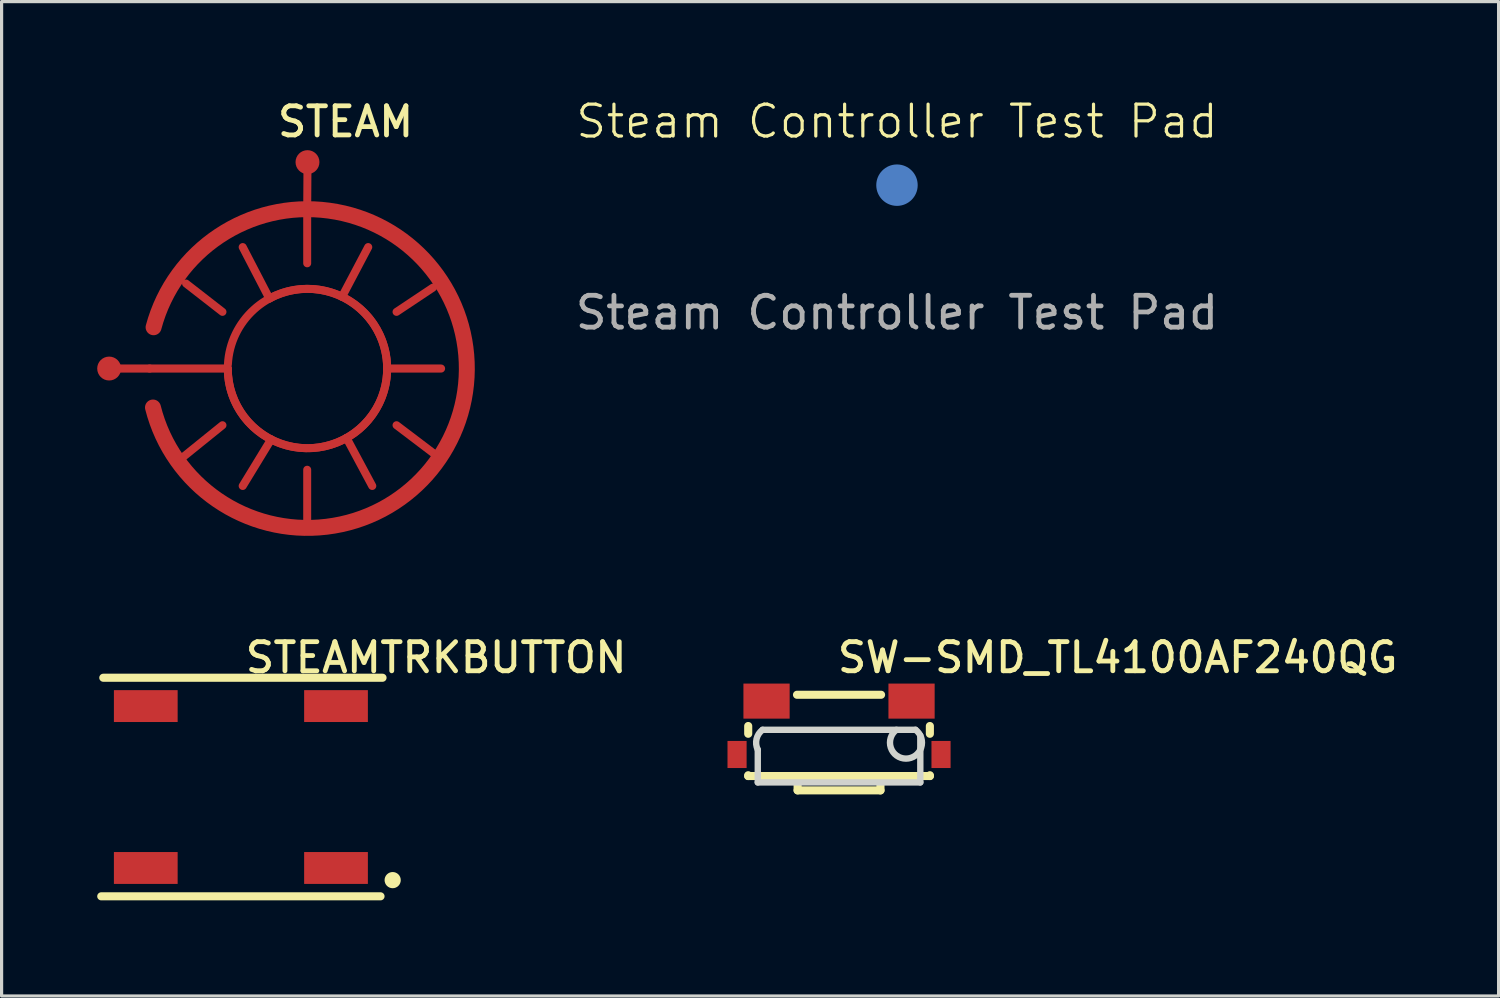
<source format=kicad_pcb>
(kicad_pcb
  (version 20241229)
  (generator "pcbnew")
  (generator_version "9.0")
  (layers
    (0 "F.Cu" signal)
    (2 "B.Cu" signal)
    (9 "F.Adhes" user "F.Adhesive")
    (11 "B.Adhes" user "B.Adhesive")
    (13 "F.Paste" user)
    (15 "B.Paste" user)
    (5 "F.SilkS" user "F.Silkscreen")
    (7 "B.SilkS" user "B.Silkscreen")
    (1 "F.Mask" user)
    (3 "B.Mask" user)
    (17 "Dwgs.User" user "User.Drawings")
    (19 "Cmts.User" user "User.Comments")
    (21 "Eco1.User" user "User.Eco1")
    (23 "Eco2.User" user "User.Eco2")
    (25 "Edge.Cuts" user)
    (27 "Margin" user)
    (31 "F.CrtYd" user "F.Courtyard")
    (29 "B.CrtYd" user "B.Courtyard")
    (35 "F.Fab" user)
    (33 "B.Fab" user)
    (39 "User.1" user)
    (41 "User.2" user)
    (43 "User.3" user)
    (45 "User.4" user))
  (footprint "SW-SMD_TL4100AF240QG"
    (layer "F.Cu")
    (at 23.277 19.787)
    (property "Reference" "SW-SMD_TL4100AF240QG" (at -0.127 -2.74 0) (layer "F.SilkS") (effects (font (size 0.914 0.914) (thickness 0.152)) (justify left top)))
    (fp_line (start -2.85 0.187) (end -2.85 -0.057) (stroke (width 0.254) (type default)) (layer "F.SilkS"))
    (fp_line (start -2.85 1.513) (end -2.85 1.488) (stroke (width 0.254) (type default)) (layer "F.SilkS"))
    (fp_line (start -1.319 -1.037) (end 1.319 -1.037) (stroke (width 0.254) (type default)) (layer "F.SilkS"))
    (fp_line (start -1.3 1.963) (end -1.3 1.513) (stroke (width 0.254) (type default)) (layer "F.SilkS"))
    (fp_line (start -1.3 1.963) (end 1.3 1.963) (stroke (width 0.254) (type default)) (layer "F.SilkS"))
    (fp_line (start 1.3 1.963) (end 1.3 1.513) (stroke (width 0.254) (type default)) (layer "F.SilkS"))
    (fp_line (start 2.85 -0.057) (end 2.85 0.187) (stroke (width 0.254) (type default)) (layer "F.SilkS"))
    (fp_line (start 2.85 1.488) (end 2.85 1.513) (stroke (width 0.254) (type default)) (layer "F.SilkS"))
    (fp_line (start 2.85 1.513) (end -2.85 1.513) (stroke (width 0.254) (type default)) (layer "F.SilkS"))
    (fp_line (start -2.55 0.687) (end -2.55 1.713) (stroke (width 0.2) (type default)) (layer "Edge.Cuts"))
    (fp_line (start -2.55 1.713) (end 2.55 1.713) (stroke (width 0.2) (type default)) (layer "Edge.Cuts"))
    (fp_line (start 2.401 0.062) (end -2.4 0.062) (stroke (width 0.2) (type default)) (layer "Edge.Cuts"))
    (fp_line (start 2.55 1.713) (end 2.55 0.242) (stroke (width 0.2) (type default)) (layer "Edge.Cuts"))
    (fp_arc (start -2.5497 0.687497) (mid -2.421305 0.079137) (end -2.400086 0.0624) (stroke (width 0.2) (type default)) (layer "Edge.Cuts"))
    (fp_arc (start 1.8003 0.0624) (mid 2.421787 0.079193) (end 2.4005 0.0624) (stroke (width 0.2) (type default)) (layer "Edge.Cuts"))
    (fp_circle (center -3.1 -1.037) (end -3.07 -1.037) (stroke (width 0.06) (type default)) (fill no) (layer "User.5"))
    (pad "1" smd rect (at -2.275 -0.838) (size 1.45 1.1) (layers "F.Cu" "F.Mask" "F.Paste"))
    (pad "2" smd rect (at 2.275 -0.838) (size 1.45 1.1) (layers "F.Cu" "F.Mask" "F.Paste"))
    (pad "3" smd rect (at -3.2 0.837) (size 0.6 0.85) (layers "F.Cu" "F.Mask" "F.Paste"))
    (pad "4" smd rect (at 3.2 0.837) (size 0.6 0.85) (layers "F.Cu" "F.Mask" "F.Paste"))
    (zone (net_name "") (layer "Dwgs.User") (hatch edge 0.5) (priority 100) (connect_pads yes) (min_thickness 0) (filled_areas_thickness no) (fill yes) (polygon (pts (xy 24.577 21.3) (xy 24.577 21.75) (xy 21.977 21.75) (xy 21.977 21.3))) (filled_polygon (layer "Dwgs.User") (island) (pts (xy 24.577 21.3) (xy 24.577 21.75) (xy 21.977 21.75) (xy 21.977 21.3))))
    (zone (net_name "") (layer "User.3") (hatch edge 0.5) (priority 100) (connect_pads yes) (min_thickness 0) (filled_areas_thickness no) (fill yes) (polygon (pts (xy 26.127 21.3) (xy 26.127 18.751) (xy 20.427 18.751) (xy 20.427 21.3) (xy 21.977 21.3) (xy 21.977 21.75) (xy 24.577 21.75) (xy 24.577 21.3))) (filled_polygon (layer "User.3") (island) (pts (xy 26.127 21.3) (xy 26.127 18.751) (xy 20.427 18.751) (xy 20.427 21.3) (xy 21.977 21.3) (xy 21.977 21.75) (xy 24.577 21.75) (xy 24.577 21.3))))
    (zone (net_name "") (layer "User.4") (hatch edge 0.5) (priority 100) (connect_pads yes) (min_thickness 0) (filled_areas_thickness no) (fill yes) (polygon (pts (xy 20.177 20.425) (xy 20.527 20.425) (xy 20.527 20.825) (xy 20.177 20.825))) (filled_polygon (layer "User.4") (island) (pts (xy 20.177 20.425) (xy 20.527 20.425) (xy 20.527 20.825) (xy 20.177 20.825))))
    (zone (net_name "") (layer "User.4") (hatch edge 0.5) (priority 100) (connect_pads yes) (min_thickness 0) (filled_areas_thickness no) (fill yes) (polygon (pts (xy 20.627 19.65) (xy 20.627 18.75) (xy 21.377 18.75) (xy 21.377 19.65))) (filled_polygon (layer "User.4") (island) (pts (xy 20.627 19.65) (xy 20.627 18.75) (xy 21.377 18.75) (xy 21.377 19.65))))
    (zone (net_name "") (layer "User.4") (hatch edge 0.5) (priority 100) (connect_pads yes) (min_thickness 0) (filled_areas_thickness no) (fill yes) (polygon (pts (xy 25.177 19.65) (xy 25.177 18.75) (xy 25.927 18.75) (xy 25.927 19.65))) (filled_polygon (layer "User.4") (island) (pts (xy 25.177 19.65) (xy 25.177 18.75) (xy 25.927 18.75) (xy 25.927 19.65))))
    (zone (net_name "") (layer "User.4") (hatch edge 0.5) (priority 100) (connect_pads yes) (min_thickness 0) (filled_areas_thickness no) (fill yes) (polygon (pts (xy 26.027 20.425) (xy 26.377 20.425) (xy 26.377 20.825) (xy 26.027 20.825))) (filled_polygon (layer "User.4") (island) (pts (xy 26.027 20.425) (xy 26.377 20.425) (xy 26.377 20.825) (xy 26.027 20.825)))))
  (footprint "Steam Controller Test Pad"
    (layer "F.Cu")
    (at 25.095 2.76)
    (property "Reference" "Steam Controller Test Pad" (at 0 -2 0) (unlocked yes) (layer "F.SilkS") (effects (font (size 1 1) (thickness 0.1))))
    (attr smd)
    (fp_text user "${REFERENCE}" (at 0 4 0) (unlocked yes) (layer "F.Fab") (effects (font (size 1 1) (thickness 0.15))))
    (pad "1" smd circle (at 0 0) (size 1.3 1.3) (property pad_prop_testpoint) (layers "B.Cu" "B.Mask")))
  (footprint "STEAMTRKBUTTON"
    (layer "F.Cu")
    (at 4.572 21.772)
    (property "Reference" "STEAMTRKBUTTON" (at 0 -4.724 0) (layer "F.SilkS") (effects (font (size 0.914 0.914) (thickness 0.152)) (justify left top)))
    (fp_line (start -4.445 3.302) (end 4.318 3.302) (stroke (width 0.254) (type default)) (layer "F.SilkS"))
    (fp_line (start -4.381 -3.556) (end 4.381 -3.556) (stroke (width 0.254) (type default)) (layer "F.SilkS"))
    (fp_circle (center 4.699 2.794) (end 4.826 2.794) (stroke (width 0.254) (type default)) (fill no) (layer "F.SilkS"))
    (pad "1" smd rect (at 2.921 2.413) (size 2 1) (layers "F.Cu" "F.Mask" "F.Paste"))
    (pad "2" smd rect (at -3.048 -2.667) (size 2 1) (layers "F.Cu" "F.Mask" "F.Paste"))
    (pad "3" smd rect (at -3.048 2.413) (size 2 1) (layers "F.Cu" "F.Mask" "F.Paste"))
    (pad "4" smd rect (at 2.921 -2.667) (size 2 1) (layers "F.Cu" "F.Mask" "F.Paste")))
  (footprint "STEAM"
    (layer "F.Cu")
    (at 6.598 8.514)
    (property "Reference" "STEAM" (at -1.016 -8.28 0) (layer "F.SilkS") (effects (font (size 0.914 0.914) (thickness 0.152)) (justify left top)))
    (fp_line (start -4.953 0) (end -6.35 0) (stroke (width 0.254) (type default)) (layer "F.Cu"))
    (fp_line (start -4.067 2.908) (end -2.667 1.778) (stroke (width 0.25) (type default)) (layer "F.Cu"))
    (fp_line (start -3.81 -2.667) (end -2.667 -1.778) (stroke (width 0.25) (type default)) (layer "F.Cu"))
    (fp_line (start -2.5 0) (end -4.953 0) (stroke (width 0.254) (type default)) (layer "F.Cu"))
    (fp_line (start -1.195 -2.196) (end -2.032 -3.81) (stroke (width 0.254) (type default)) (layer "F.Cu"))
    (fp_line (start -1.142 2.224) (end -2.032 3.683) (stroke (width 0.254) (type default)) (layer "F.Cu"))
    (fp_line (start -0.009 -5) (end -0.009 -3.302) (stroke (width 0.25) (type default)) (layer "F.Cu"))
    (fp_line (start -0.009 -5) (end 0 -6.35) (stroke (width 0.25) (type default)) (layer "F.Cu"))
    (fp_line (start -0.009 5) (end -0.009 3.175) (stroke (width 0.25) (type default)) (layer "F.Cu"))
    (fp_line (start 1.084 -2.253) (end 1.905 -3.81) (stroke (width 0.254) (type default)) (layer "F.Cu"))
    (fp_line (start 1.225 2.179) (end 2.032 3.683) (stroke (width 0.254) (type default)) (layer "F.Cu"))
    (fp_line (start 2.5 0) (end 4.191 0) (stroke (width 0.254) (type default)) (layer "F.Cu"))
    (fp_line (start 3.937 -2.54) (end 2.794 -1.778) (stroke (width 0.25) (type default)) (layer "F.Cu"))
    (fp_line (start 4.142 2.8) (end 2.794 1.778) (stroke (width 0.25) (type default)) (layer "F.Cu"))
    (fp_arc (start -4.8292 -1.2956) (mid 4.999833 0.037716) (end -4.8482 1.2226) (stroke (width 0.5) (type default)) (layer "F.Cu"))
    (fp_arc (start -2.4968 -0.1293) (mid 2.499312 0.064872) (end -2.5001 0) (stroke (width 0.25) (type default)) (layer "F.Cu"))
    (fp_arc (start -1.1949 -2.1961) (mid 2.149191 1.277348) (end -2.5001 0) (stroke (width 0.25) (type default)) (layer "F.Cu"))
    (fp_line (start -4.067 2.908) (end -2.667 1.778) (stroke (width 0.352) (type default)) (layer "F.Mask"))
    (fp_line (start -3.81 -2.667) (end -2.667 -1.778) (stroke (width 0.352) (type default)) (layer "F.Mask"))
    (fp_line (start -2.5 0) (end -4.953 0) (stroke (width 0.356) (type default)) (layer "F.Mask"))
    (fp_line (start -1.195 -2.196) (end -2.032 -3.81) (stroke (width 0.356) (type default)) (layer "F.Mask"))
    (fp_line (start -1.142 2.224) (end -2.032 3.683) (stroke (width 0.356) (type default)) (layer "F.Mask"))
    (fp_line (start -0.009 -5) (end -0.009 -3.302) (stroke (width 0.352) (type default)) (layer "F.Mask"))
    (fp_line (start -0.009 5) (end -0.009 3.175) (stroke (width 0.352) (type default)) (layer "F.Mask"))
    (fp_line (start 1.084 -2.253) (end 1.905 -3.81) (stroke (width 0.356) (type default)) (layer "F.Mask"))
    (fp_line (start 1.225 2.179) (end 2.032 3.683) (stroke (width 0.356) (type default)) (layer "F.Mask"))
    (fp_line (start 2.5 0) (end 4.191 0) (stroke (width 0.356) (type default)) (layer "F.Mask"))
    (fp_line (start 3.937 -2.54) (end 2.794 -1.778) (stroke (width 0.352) (type default)) (layer "F.Mask"))
    (fp_line (start 4.142 2.8) (end 2.794 1.778) (stroke (width 0.352) (type default)) (layer "F.Mask"))
    (fp_arc (start -4.8292 -1.2956) (mid 4.999833 0.037716) (end -4.8482 1.2226) (stroke (width 0.6016) (type default)) (layer "F.Mask"))
    (fp_arc (start -4.8292 -1.2956) (mid 4.999833 0.037716) (end -4.8482 1.2226) (stroke (width 0.6016) (type default)) (layer "F.Mask"))
    (fp_arc (start -2.4968 -0.1293) (mid 2.499312 0.064872) (end -2.5001 0) (stroke (width 0.3516) (type default)) (layer "F.Mask"))
    (fp_arc (start -1.1949 -2.1961) (mid 2.149191 1.277348) (end -2.5001 0) (stroke (width 0.3516) (type default)) (layer "F.Mask"))
    (pad "1" smd oval (at -6.223 0) (size 0.75 0.75) (layers "F.Cu" "F.Mask" "F.Paste"))
    (pad "2" smd oval (at 0 -6.477) (size 0.75 0.75) (layers "F.Cu" "F.Mask" "F.Paste")))
  (gr_rect
    (start -3 -3)
    (end 43.972 28.201)
    (stroke (width 0.1) (type default))
    (fill no)
    (layer "Edge.Cuts")))
</source>
